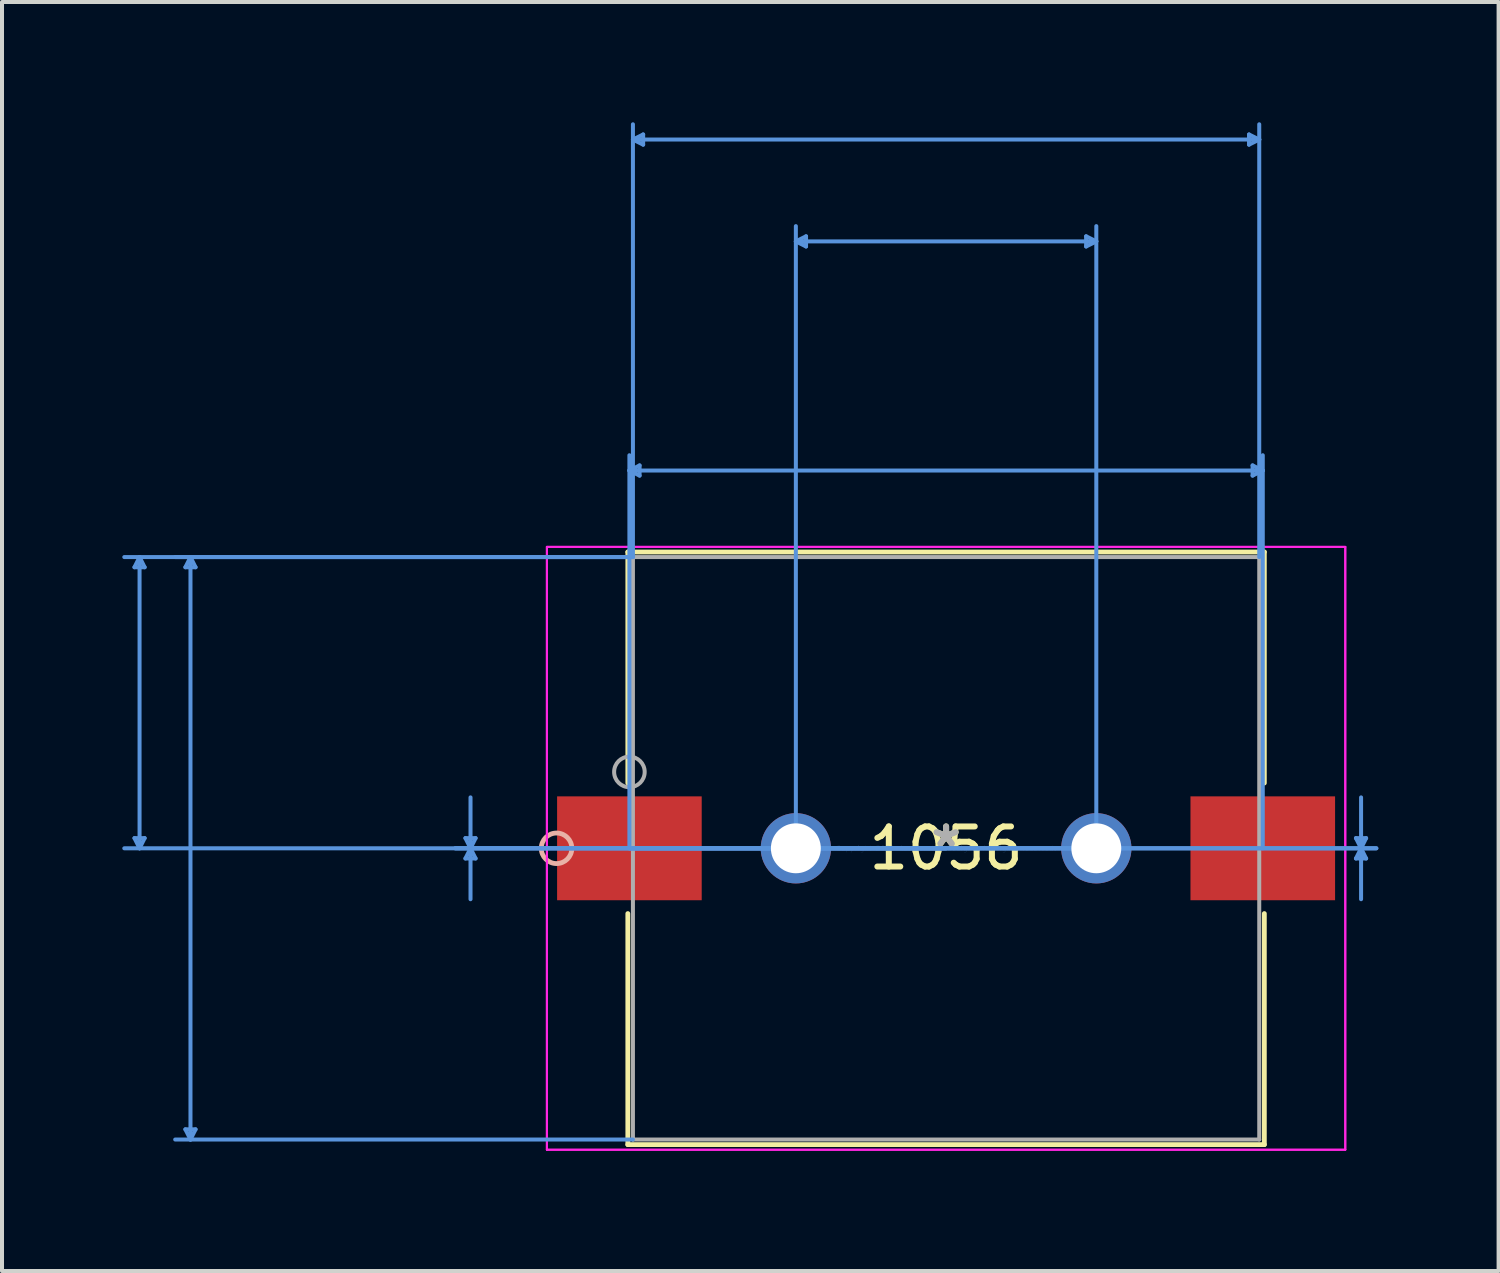
<source format=kicad_pcb>
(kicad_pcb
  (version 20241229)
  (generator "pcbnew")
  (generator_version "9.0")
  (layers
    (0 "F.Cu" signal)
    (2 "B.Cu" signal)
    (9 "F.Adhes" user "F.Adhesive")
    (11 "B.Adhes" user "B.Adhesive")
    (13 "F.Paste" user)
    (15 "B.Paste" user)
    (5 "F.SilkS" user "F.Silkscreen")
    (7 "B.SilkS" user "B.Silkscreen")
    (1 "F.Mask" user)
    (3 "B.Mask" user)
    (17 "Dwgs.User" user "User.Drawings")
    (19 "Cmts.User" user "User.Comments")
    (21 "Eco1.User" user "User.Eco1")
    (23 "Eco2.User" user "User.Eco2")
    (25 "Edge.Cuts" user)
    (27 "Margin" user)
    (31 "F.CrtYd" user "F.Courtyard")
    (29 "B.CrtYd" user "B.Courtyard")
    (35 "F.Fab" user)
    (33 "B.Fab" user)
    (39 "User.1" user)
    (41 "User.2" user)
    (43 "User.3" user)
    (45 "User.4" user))
  (footprint "1056"
    (layer "F.Cu")
    (at 20.548 18.109)
    (property "Reference" "1056" (at 0 0 0) (layer "F.SilkS") (effects (font (size 1 1) (thickness 0.15))))
    (attr through_hole)
    (fp_line (start -7.938 -7.391) (end -7.938 -1.628) (stroke (width 0.12) (type solid)) (layer "F.SilkS"))
    (fp_line (start -7.938 1.628) (end -7.938 7.391) (stroke (width 0.12) (type solid)) (layer "F.SilkS"))
    (fp_line (start -7.938 7.391) (end 7.938 7.391) (stroke (width 0.12) (type solid)) (layer "F.SilkS"))
    (fp_line (start 7.938 -7.391) (end -7.938 -7.391) (stroke (width 0.12) (type solid)) (layer "F.SilkS"))
    (fp_line (start 7.938 -1.628) (end 7.938 -7.391) (stroke (width 0.12) (type solid)) (layer "F.SilkS"))
    (fp_line (start 7.938 7.391) (end 7.938 1.628) (stroke (width 0.12) (type solid)) (layer "F.SilkS"))
    (fp_circle (center -9.716 0) (end -9.335 0) (stroke (width 0.12) (type solid)) (fill no) (layer "B.SilkS"))
    (fp_line (start -20.244 -7.01) (end -19.99 -7.01) (stroke (width 0.1) (type solid)) (layer "Cmts.User"))
    (fp_line (start -20.244 -0.254) (end -19.99 -0.254) (stroke (width 0.1) (type solid)) (layer "Cmts.User"))
    (fp_line (start -20.117 -7.264) (end -20.244 -7.01) (stroke (width 0.1) (type solid)) (layer "Cmts.User"))
    (fp_line (start -20.117 -7.264) (end -20.117 0) (stroke (width 0.1) (type solid)) (layer "Cmts.User"))
    (fp_line (start -20.117 -7.264) (end -19.99 -7.01) (stroke (width 0.1) (type solid)) (layer "Cmts.User"))
    (fp_line (start -20.117 0) (end -20.244 -0.254) (stroke (width 0.1) (type solid)) (layer "Cmts.User"))
    (fp_line (start -20.117 0) (end -19.99 -0.254) (stroke (width 0.1) (type solid)) (layer "Cmts.User"))
    (fp_line (start -18.974 -7.01) (end -18.72 -7.01) (stroke (width 0.1) (type solid)) (layer "Cmts.User"))
    (fp_line (start -18.974 7.01) (end -18.72 7.01) (stroke (width 0.1) (type solid)) (layer "Cmts.User"))
    (fp_line (start -18.847 -7.264) (end -18.974 -7.01) (stroke (width 0.1) (type solid)) (layer "Cmts.User"))
    (fp_line (start -18.847 -7.264) (end -18.847 7.264) (stroke (width 0.1) (type solid)) (layer "Cmts.User"))
    (fp_line (start -18.847 -7.264) (end -18.72 -7.01) (stroke (width 0.1) (type solid)) (layer "Cmts.User"))
    (fp_line (start -18.847 7.264) (end -18.974 7.01) (stroke (width 0.1) (type solid)) (layer "Cmts.User"))
    (fp_line (start -18.847 7.264) (end -18.72 7.01) (stroke (width 0.1) (type solid)) (layer "Cmts.User"))
    (fp_line (start -11.989 -0.254) (end -11.735 -0.254) (stroke (width 0.1) (type solid)) (layer "Cmts.User"))
    (fp_line (start -11.989 0.254) (end -11.735 0.254) (stroke (width 0.1) (type solid)) (layer "Cmts.User"))
    (fp_line (start -11.862 0) (end -11.989 -0.254) (stroke (width 0.1) (type solid)) (layer "Cmts.User"))
    (fp_line (start -11.862 0) (end -11.989 0.254) (stroke (width 0.1) (type solid)) (layer "Cmts.User"))
    (fp_line (start -11.862 0) (end -11.862 -1.27) (stroke (width 0.1) (type solid)) (layer "Cmts.User"))
    (fp_line (start -11.862 0) (end -11.862 1.27) (stroke (width 0.1) (type solid)) (layer "Cmts.User"))
    (fp_line (start -11.862 0) (end -11.735 -0.254) (stroke (width 0.1) (type solid)) (layer "Cmts.User"))
    (fp_line (start -11.862 0) (end -11.735 0.254) (stroke (width 0.1) (type solid)) (layer "Cmts.User"))
    (fp_line (start -7.899 -9.423) (end -7.645 -9.55) (stroke (width 0.1) (type solid)) (layer "Cmts.User"))
    (fp_line (start -7.899 -9.423) (end -7.645 -9.296) (stroke (width 0.1) (type solid)) (layer "Cmts.User"))
    (fp_line (start -7.899 -9.423) (end 7.899 -9.423) (stroke (width 0.1) (type solid)) (layer "Cmts.User"))
    (fp_line (start -7.899 0) (end -7.899 -9.804) (stroke (width 0.1) (type solid)) (layer "Cmts.User"))
    (fp_line (start -7.899 0) (end 10.732 0) (stroke (width 0.1) (type solid)) (layer "Cmts.User"))
    (fp_line (start -7.899 0) (end 10.732 0) (stroke (width 0.1) (type solid)) (layer "Cmts.User"))
    (fp_line (start -7.811 -17.678) (end -7.556 -17.805) (stroke (width 0.1) (type solid)) (layer "Cmts.User"))
    (fp_line (start -7.811 -17.678) (end -7.556 -17.551) (stroke (width 0.1) (type solid)) (layer "Cmts.User"))
    (fp_line (start -7.811 -17.678) (end 7.811 -17.678) (stroke (width 0.1) (type solid)) (layer "Cmts.User"))
    (fp_line (start -7.811 -7.264) (end -20.498 -7.264) (stroke (width 0.1) (type solid)) (layer "Cmts.User"))
    (fp_line (start -7.811 -7.264) (end -19.228 -7.264) (stroke (width 0.1) (type solid)) (layer "Cmts.User"))
    (fp_line (start -7.811 -7.264) (end -7.811 -18.059) (stroke (width 0.1) (type solid)) (layer "Cmts.User"))
    (fp_line (start -7.811 7.264) (end -19.228 7.264) (stroke (width 0.1) (type solid)) (layer "Cmts.User"))
    (fp_line (start -7.645 -9.55) (end -7.645 -9.296) (stroke (width 0.1) (type solid)) (layer "Cmts.User"))
    (fp_line (start -7.556 -17.805) (end -7.556 -17.551) (stroke (width 0.1) (type solid)) (layer "Cmts.User"))
    (fp_line (start -3.747 -15.138) (end -3.493 -15.265) (stroke (width 0.1) (type solid)) (layer "Cmts.User"))
    (fp_line (start -3.747 -15.138) (end -3.493 -15.011) (stroke (width 0.1) (type solid)) (layer "Cmts.User"))
    (fp_line (start -3.747 -15.138) (end 3.747 -15.138) (stroke (width 0.1) (type solid)) (layer "Cmts.User"))
    (fp_line (start -3.747 0) (end -3.747 -15.519) (stroke (width 0.1) (type solid)) (layer "Cmts.User"))
    (fp_line (start -3.493 -15.265) (end -3.493 -15.011) (stroke (width 0.1) (type solid)) (layer "Cmts.User"))
    (fp_line (start 0 0) (end -20.498 0) (stroke (width 0.1) (type solid)) (layer "Cmts.User"))
    (fp_line (start 0 0) (end -12.243 0) (stroke (width 0.1) (type solid)) (layer "Cmts.User"))
    (fp_line (start 3.493 -15.265) (end 3.493 -15.011) (stroke (width 0.1) (type solid)) (layer "Cmts.User"))
    (fp_line (start 3.747 -15.138) (end 3.493 -15.265) (stroke (width 0.1) (type solid)) (layer "Cmts.User"))
    (fp_line (start 3.747 -15.138) (end 3.493 -15.011) (stroke (width 0.1) (type solid)) (layer "Cmts.User"))
    (fp_line (start 3.747 0) (end -12.243 0) (stroke (width 0.1) (type solid)) (layer "Cmts.User"))
    (fp_line (start 3.747 0) (end 3.747 -15.519) (stroke (width 0.1) (type solid)) (layer "Cmts.User"))
    (fp_line (start 7.556 -17.805) (end 7.556 -17.551) (stroke (width 0.1) (type solid)) (layer "Cmts.User"))
    (fp_line (start 7.645 -9.55) (end 7.645 -9.296) (stroke (width 0.1) (type solid)) (layer "Cmts.User"))
    (fp_line (start 7.811 -17.678) (end 7.556 -17.805) (stroke (width 0.1) (type solid)) (layer "Cmts.User"))
    (fp_line (start 7.811 -17.678) (end 7.556 -17.551) (stroke (width 0.1) (type solid)) (layer "Cmts.User"))
    (fp_line (start 7.811 -7.264) (end 7.811 -18.059) (stroke (width 0.1) (type solid)) (layer "Cmts.User"))
    (fp_line (start 7.899 -9.423) (end 7.645 -9.55) (stroke (width 0.1) (type solid)) (layer "Cmts.User"))
    (fp_line (start 7.899 -9.423) (end 7.645 -9.296) (stroke (width 0.1) (type solid)) (layer "Cmts.User"))
    (fp_line (start 7.899 0) (end 7.899 -9.804) (stroke (width 0.1) (type solid)) (layer "Cmts.User"))
    (fp_line (start 10.223 -0.254) (end 10.477 -0.254) (stroke (width 0.1) (type solid)) (layer "Cmts.User"))
    (fp_line (start 10.223 0.254) (end 10.477 0.254) (stroke (width 0.1) (type solid)) (layer "Cmts.User"))
    (fp_line (start 10.351 0) (end 10.223 -0.254) (stroke (width 0.1) (type solid)) (layer "Cmts.User"))
    (fp_line (start 10.351 0) (end 10.223 0.254) (stroke (width 0.1) (type solid)) (layer "Cmts.User"))
    (fp_line (start 10.351 0) (end 10.351 -1.27) (stroke (width 0.1) (type solid)) (layer "Cmts.User"))
    (fp_line (start 10.351 0) (end 10.351 1.27) (stroke (width 0.1) (type solid)) (layer "Cmts.User"))
    (fp_line (start 10.351 0) (end 10.477 -0.254) (stroke (width 0.1) (type solid)) (layer "Cmts.User"))
    (fp_line (start 10.351 0) (end 10.477 0.254) (stroke (width 0.1) (type solid)) (layer "Cmts.User"))
    (fp_line (start -9.957 -7.518) (end -9.957 7.518) (stroke (width 0.05) (type solid)) (layer "F.CrtYd"))
    (fp_line (start -9.957 -7.518) (end -9.957 7.518) (stroke (width 0.05) (type solid)) (layer "F.CrtYd"))
    (fp_line (start -9.957 7.518) (end 9.957 7.518) (stroke (width 0.05) (type solid)) (layer "F.CrtYd"))
    (fp_line (start -9.957 7.518) (end 9.957 7.518) (stroke (width 0.05) (type solid)) (layer "F.CrtYd"))
    (fp_line (start 9.957 -7.518) (end -9.957 -7.518) (stroke (width 0.05) (type solid)) (layer "F.CrtYd"))
    (fp_line (start 9.957 -7.518) (end -9.957 -7.518) (stroke (width 0.05) (type solid)) (layer "F.CrtYd"))
    (fp_line (start 9.957 7.518) (end 9.957 -7.518) (stroke (width 0.05) (type solid)) (layer "F.CrtYd"))
    (fp_line (start 9.957 7.518) (end 9.957 -7.518) (stroke (width 0.05) (type solid)) (layer "F.CrtYd"))
    (fp_line (start -7.811 -7.264) (end -7.811 7.264) (stroke (width 0.1) (type solid)) (layer "F.Fab"))
    (fp_line (start -7.811 7.264) (end 7.811 7.264) (stroke (width 0.1) (type solid)) (layer "F.Fab"))
    (fp_line (start 7.811 -7.264) (end -7.811 -7.264) (stroke (width 0.1) (type solid)) (layer "F.Fab"))
    (fp_line (start 7.811 7.264) (end 7.811 -7.264) (stroke (width 0.1) (type solid)) (layer "F.Fab"))
    (fp_circle (center -7.899 -1.905) (end -7.518 -1.905) (stroke (width 0.1) (type solid)) (fill no) (layer "F.Fab"))
    (fp_text user "*" (at 0 0 0) (layer "F.SilkS") (effects (font (size 1 1) (thickness 0.15))))
    (fp_text user "Copyright 2021 Accelerated Designs. All rights reserved." (at 0 0 0) (layer "Cmts.User") (effects (font (size 0.127 0.127) (thickness 0.002))))
    (fp_text user "*" (at 0 0 0) (layer "F.Fab") (effects (font (size 1 1) (thickness 0.15))))
    (pad "1" smd rect (at -7.899 0) (size 3.607 2.591) (layers "F.Cu" "F.Mask" "F.Paste"))
    (pad "2" smd rect (at 7.899 0) (size 3.607 2.591) (layers "F.Cu" "F.Mask" "F.Paste"))
    (pad "3" thru_hole circle (at -3.747 0 90) (size 1.753 1.753) (drill 1.245) (layers "*.Cu" "*.Mask"))
    (pad "4" thru_hole circle (at 3.747 0 90) (size 1.753 1.753) (drill 1.245) (layers "*.Cu" "*.Mask")))
  (gr_rect
    (start -3 -3)
    (end 34.329 28.653)
    (stroke (width 0.1) (type default))
    (fill no)
    (layer "Edge.Cuts")))
</source>
